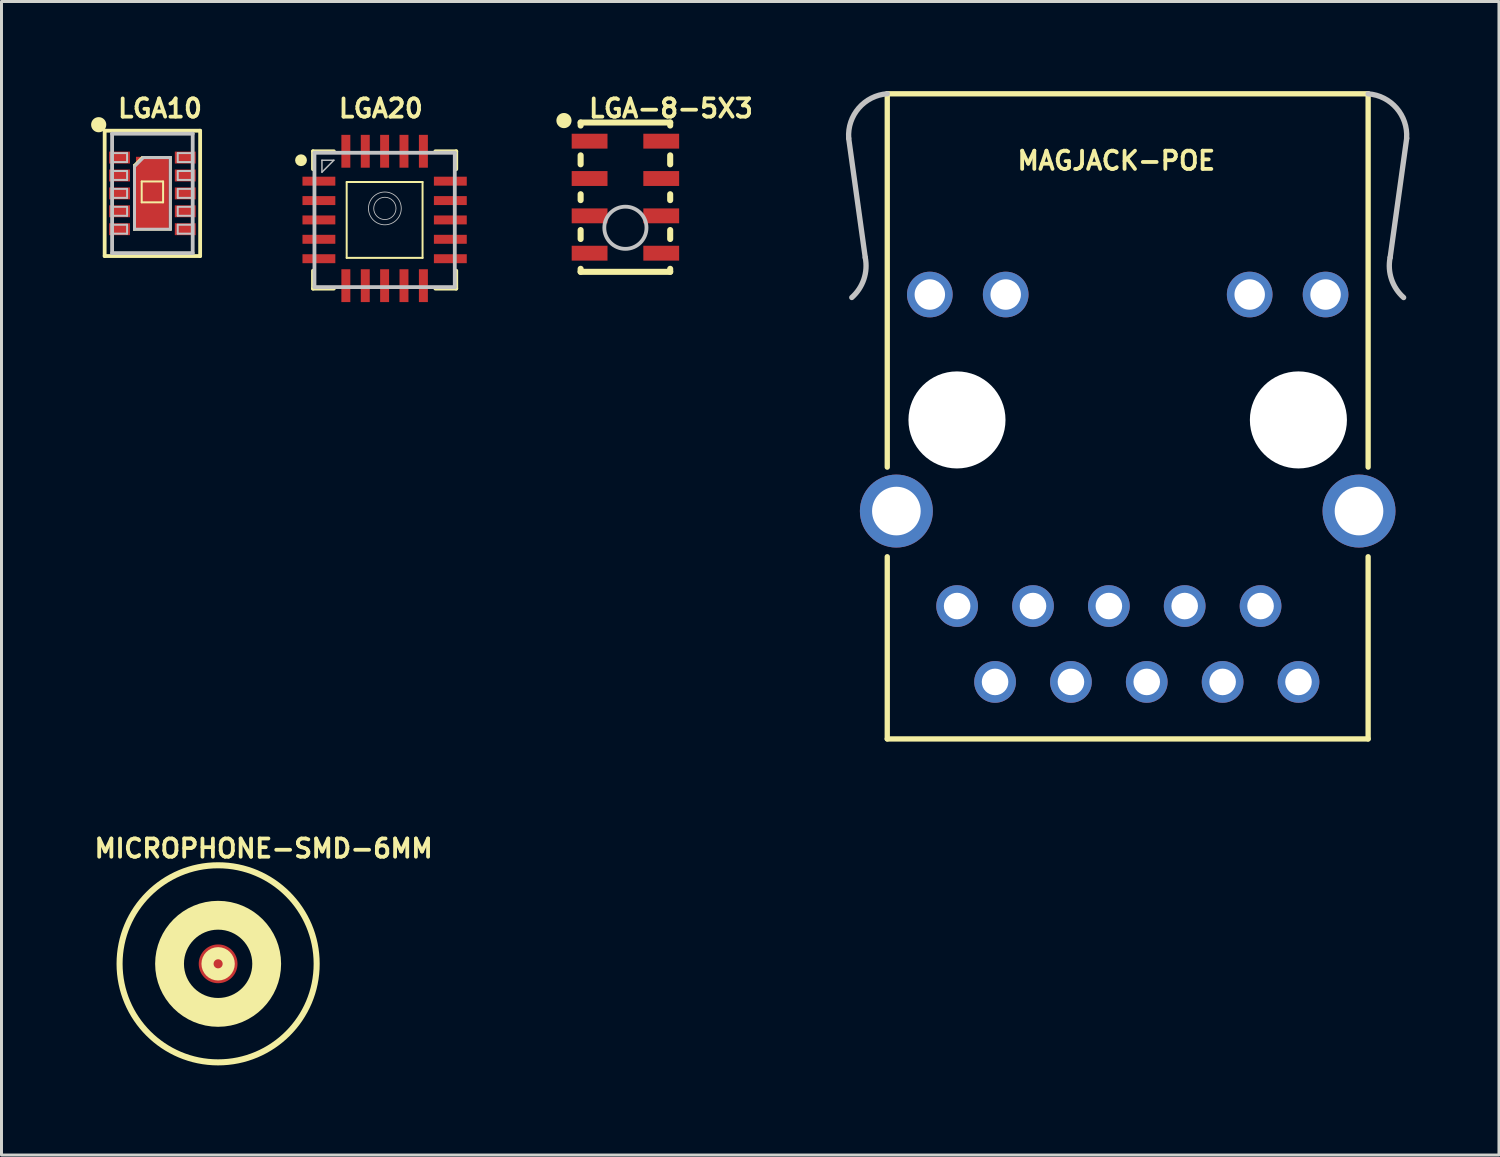
<source format=kicad_pcb>
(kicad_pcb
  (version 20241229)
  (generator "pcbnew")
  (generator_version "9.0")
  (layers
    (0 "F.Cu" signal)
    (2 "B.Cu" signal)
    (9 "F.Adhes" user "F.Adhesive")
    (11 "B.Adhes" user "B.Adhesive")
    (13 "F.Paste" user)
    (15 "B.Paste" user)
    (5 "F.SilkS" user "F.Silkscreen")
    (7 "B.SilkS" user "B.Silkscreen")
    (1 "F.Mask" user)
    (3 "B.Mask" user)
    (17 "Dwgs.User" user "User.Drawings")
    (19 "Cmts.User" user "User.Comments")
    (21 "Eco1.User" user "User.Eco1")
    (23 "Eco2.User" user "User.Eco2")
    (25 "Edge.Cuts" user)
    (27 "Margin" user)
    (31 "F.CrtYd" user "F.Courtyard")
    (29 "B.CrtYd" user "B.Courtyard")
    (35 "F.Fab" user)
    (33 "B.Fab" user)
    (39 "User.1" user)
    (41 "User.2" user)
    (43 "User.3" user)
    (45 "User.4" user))
  (footprint "MICROPHONE-SMD-6MM"
    (layer "F.Cu")
    (at 4.252 29.216)
    (property "Reference" "MICROPHONE-SMD-6MM" (at 1.524 -3.861 0) (layer "F.SilkS") (effects (font (size 0.61 0.61) (thickness 0.127))))
    (attr smd)
    (fp_circle (center 0 0) (end 0 -1.623) (stroke (width 0.749) (type solid)) (fill no) (layer "B.Cu"))
    (fp_circle (center 0 0) (end 0 -3.299) (stroke (width 0.203) (type solid)) (fill no) (layer "F.SilkS"))
    (fp_circle (center 0 0) (end 0 -1.631) (stroke (width 0.305) (type solid)) (fill no) (layer "F.SilkS"))
    (fp_circle (center 0 0) (end 0 -1.626) (stroke (width 0.965) (type solid)) (fill no) (layer "F.SilkS"))
    (fp_circle (center 0 0) (end 0 -0.152) (stroke (width 0.406) (type solid)) (fill no) (layer "F.SilkS"))
    (pad "1" smd circle (at 0 0) (size 1.298 1.298) (layers "F.Cu" "F.Mask" "F.Paste"))
    (pad "2" smd circle (at 0.003 -1.626) (size 0.749 0.749) (layers "F.Cu" "F.Mask" "F.Paste")))
  (footprint "MAGJACK-POE"
    (layer "F.Cu")
    (at 34.702 10.889)
    (property "Reference" "MAGJACK-POE" (at -0.381 -8.56 0) (layer "F.SilkS") (effects (font (size 0.61 0.61) (thickness 0.127))))
    (attr exclude_from_pos_files exclude_from_bom)
    (fp_line (start -8.049 -10.798) (end 8.049 -10.798) (stroke (width 0.178) (type solid)) (layer "F.SilkS"))
    (fp_line (start -8.049 1.699) (end -8.049 -10.798) (stroke (width 0.178) (type solid)) (layer "F.SilkS"))
    (fp_line (start -8.049 10.798) (end -8.049 4.699) (stroke (width 0.178) (type solid)) (layer "F.SilkS"))
    (fp_line (start 8.049 -10.798) (end 8.049 1.699) (stroke (width 0.178) (type solid)) (layer "F.SilkS"))
    (fp_line (start 8.049 10.798) (end -8.049 10.798) (stroke (width 0.178) (type solid)) (layer "F.SilkS"))
    (fp_line (start 8.049 10.798) (end 8.049 4.699) (stroke (width 0.178) (type solid)) (layer "F.SilkS"))
    (fp_line (start -8.786 -5.319) (end -9.34 -9.309) (stroke (width 0.178) (type solid)) (layer "Dwgs.User"))
    (fp_line (start 8.786 -5.319) (end 9.34 -9.309) (stroke (width 0.178) (type solid)) (layer "Dwgs.User"))
    (fp_arc (start -9.33958 -9.3091) (mid -9.002739 -10.32143) (end -8.049149 -10.799905) (stroke (width 0.1778) (type solid)) (layer "Dwgs.User"))
    (fp_arc (start -8.78586 -5.31876) (mid -8.832722 -4.589228) (end -9.236478 -3.979806) (stroke (width 0.1778) (type solid)) (layer "Dwgs.User"))
    (fp_arc (start 8.04926 -10.79754) (mid 9.001147 -10.319678) (end 9.337215 -9.308985) (stroke (width 0.1778) (type solid)) (layer "Dwgs.User"))
    (fp_arc (start 9.23798 -3.97764) (mid 8.832947 -4.586602) (end 8.784748 -5.316371) (stroke (width 0.1778) (type solid)) (layer "Dwgs.User"))
    (pad "" np_thru_hole circle (at -5.715 0.119) (size 3.249 3.249) (drill 3.249) (layers "*.Cu" "*.Mask"))
    (pad "" np_thru_hole circle (at 5.715 0.119) (size 3.249 3.249) (drill 3.249) (layers "*.Cu" "*.Mask"))
    (pad "1" thru_hole circle (at 5.718 8.89) (size 1.397 1.397) (drill 0.889) (layers "*.Cu" "*.Paste" "*.Mask"))
    (pad "2" thru_hole circle (at 4.448 6.35) (size 1.397 1.397) (drill 0.889) (layers "*.Cu" "*.Paste" "*.Mask"))
    (pad "3" thru_hole circle (at 3.178 8.89) (size 1.397 1.397) (drill 0.889) (layers "*.Cu" "*.Paste" "*.Mask"))
    (pad "4" thru_hole circle (at 1.908 6.35) (size 1.397 1.397) (drill 0.889) (layers "*.Cu" "*.Paste" "*.Mask"))
    (pad "5" thru_hole circle (at 0.638 8.89) (size 1.397 1.397) (drill 0.889) (layers "*.Cu" "*.Paste" "*.Mask"))
    (pad "6" thru_hole circle (at -0.63 6.35) (size 1.397 1.397) (drill 0.889) (layers "*.Cu" "*.Paste" "*.Mask"))
    (pad "7" thru_hole circle (at -1.9 8.89) (size 1.397 1.397) (drill 0.889) (layers "*.Cu" "*.Paste" "*.Mask"))
    (pad "8" thru_hole circle (at -3.17 6.35) (size 1.397 1.397) (drill 0.889) (layers "*.Cu" "*.Paste" "*.Mask"))
    (pad "9" thru_hole circle (at -4.44 8.89) (size 1.397 1.397) (drill 0.889) (layers "*.Cu" "*.Paste" "*.Mask"))
    (pad "10" thru_hole circle (at -5.71 6.35) (size 1.397 1.397) (drill 0.889) (layers "*.Cu" "*.Paste" "*.Mask"))
    (pad "11" thru_hole circle (at 6.624 -4.079) (size 1.529 1.529) (drill 1.019) (layers "*.Cu" "*.Paste" "*.Mask"))
    (pad "12" thru_hole circle (at 4.084 -4.079) (size 1.529 1.529) (drill 1.019) (layers "*.Cu" "*.Paste" "*.Mask"))
    (pad "13" thru_hole circle (at -4.084 -4.079) (size 1.529 1.529) (drill 1.019) (layers "*.Cu" "*.Paste" "*.Mask"))
    (pad "14" thru_hole circle (at -6.624 -4.079) (size 1.529 1.529) (drill 1.019) (layers "*.Cu" "*.Paste" "*.Mask"))
    (pad "GND0" thru_hole circle (at -7.744 3.17) (size 2.443 2.443) (drill 1.628) (layers "*.Cu" "*.Paste" "*.Mask"))
    (pad "GND1" thru_hole circle (at 7.744 3.17) (size 2.443 2.443) (drill 1.628) (layers "*.Cu" "*.Paste" "*.Mask")))
  (footprint "LGA-8-5X3"
    (layer "F.Cu")
    (at 17.887 3.551)
    (property "Reference" "LGA-8-5X3" (at 1.524 -2.972 0) (layer "F.SilkS") (effects (font (size 0.61 0.61) (thickness 0.127))))
    (attr smd)
    (fp_line (start -1.499 -2.499) (end -1.499 -2.398) (stroke (width 0.203) (type solid)) (layer "F.SilkS"))
    (fp_line (start -1.499 -1.1) (end -1.499 -1.4) (stroke (width 0.203) (type solid)) (layer "F.SilkS"))
    (fp_line (start -1.499 0.099) (end -1.499 -0.099) (stroke (width 0.203) (type solid)) (layer "F.SilkS"))
    (fp_line (start -1.499 1.4) (end -1.499 1.1) (stroke (width 0.203) (type solid)) (layer "F.SilkS"))
    (fp_line (start -1.499 2.398) (end -1.499 2.499) (stroke (width 0.203) (type solid)) (layer "F.SilkS"))
    (fp_line (start -1.499 2.499) (end 1.499 2.499) (stroke (width 0.203) (type solid)) (layer "F.SilkS"))
    (fp_line (start 1.499 -2.499) (end -1.499 -2.499) (stroke (width 0.203) (type solid)) (layer "F.SilkS"))
    (fp_line (start 1.499 -2.499) (end 1.499 -2.398) (stroke (width 0.203) (type solid)) (layer "F.SilkS"))
    (fp_line (start 1.499 -1.1) (end 1.499 -1.4) (stroke (width 0.203) (type solid)) (layer "F.SilkS"))
    (fp_line (start 1.499 0.099) (end 1.499 -0.099) (stroke (width 0.203) (type solid)) (layer "F.SilkS"))
    (fp_line (start 1.499 1.4) (end 1.499 1.1) (stroke (width 0.203) (type solid)) (layer "F.SilkS"))
    (fp_line (start 1.499 2.398) (end 1.499 2.499) (stroke (width 0.203) (type solid)) (layer "F.SilkS"))
    (fp_circle (center -2.057 -2.565) (end -2.057 -2.819) (stroke (width 0) (type solid)) (fill yes) (layer "F.SilkS"))
    (fp_circle (center 0 1.024) (end 0 0.318) (stroke (width 0.127) (type solid)) (fill no) (layer "Dwgs.User"))
    (pad "1" smd rect (at -1.199 -1.875) (size 1.199 0.498) (layers "F.Cu" "F.Mask" "F.Paste"))
    (pad "2" smd rect (at -1.199 -0.625) (size 1.199 0.498) (layers "F.Cu" "F.Mask" "F.Paste"))
    (pad "3" smd rect (at -1.199 0.625) (size 1.199 0.498) (layers "F.Cu" "F.Mask" "F.Paste"))
    (pad "4" smd rect (at -1.199 1.875) (size 1.199 0.498) (layers "F.Cu" "F.Mask" "F.Paste"))
    (pad "5" smd rect (at 1.199 1.875) (size 1.199 0.498) (layers "F.Cu" "F.Mask" "F.Paste"))
    (pad "6" smd rect (at 1.199 0.625) (size 1.199 0.498) (layers "F.Cu" "F.Mask" "F.Paste"))
    (pad "7" smd rect (at 1.199 -0.625) (size 1.199 0.498) (layers "F.Cu" "F.Mask" "F.Paste"))
    (pad "8" smd rect (at 1.199 -1.875) (size 1.199 0.498) (layers "F.Cu" "F.Mask" "F.Paste")))
  (footprint "LGA20"
    (layer "F.Cu")
    (at 9.826 4.313)
    (property "Reference" "LGA20" (at -0.127 -3.734 0) (layer "F.SilkS") (effects (font (size 0.61 0.61) (thickness 0.127))))
    (attr smd)
    (fp_line (start -2.398 -2.299) (end -1.699 -2.299) (stroke (width 0.127) (type solid)) (layer "F.SilkS"))
    (fp_line (start -2.398 -1.699) (end -2.398 -2.299) (stroke (width 0.127) (type solid)) (layer "F.SilkS"))
    (fp_line (start -2.398 2.299) (end -2.398 1.699) (stroke (width 0.127) (type solid)) (layer "F.SilkS"))
    (fp_line (start -2.398 2.299) (end -1.699 2.299) (stroke (width 0.127) (type solid)) (layer "F.SilkS"))
    (fp_line (start -1.27 -1.27) (end 1.27 -1.27) (stroke (width 0.066) (type solid)) (layer "F.SilkS"))
    (fp_line (start -1.27 1.27) (end -1.27 -1.27) (stroke (width 0.066) (type solid)) (layer "F.SilkS"))
    (fp_line (start -1.27 1.27) (end 1.27 1.27) (stroke (width 0.066) (type solid)) (layer "F.SilkS"))
    (fp_line (start 1.27 1.27) (end 1.27 -1.27) (stroke (width 0.066) (type solid)) (layer "F.SilkS"))
    (fp_line (start 1.699 -2.299) (end 2.398 -2.299) (stroke (width 0.127) (type solid)) (layer "F.SilkS"))
    (fp_line (start 1.699 2.299) (end 2.398 2.299) (stroke (width 0.127) (type solid)) (layer "F.SilkS"))
    (fp_line (start 2.398 -1.699) (end 2.398 -2.299) (stroke (width 0.127) (type solid)) (layer "F.SilkS"))
    (fp_line (start 2.398 2.299) (end 2.398 1.699) (stroke (width 0.127) (type solid)) (layer "F.SilkS"))
    (fp_circle (center -2.799 -1.999) (end -2.799 -2.098) (stroke (width 0.198) (type solid)) (fill no) (layer "F.SilkS"))
    (fp_line (start -2.349 -2.248) (end 2.349 -2.248) (stroke (width 0.127) (type solid)) (layer "Dwgs.User"))
    (fp_line (start -2.349 2.248) (end -2.349 -2.248) (stroke (width 0.127) (type solid)) (layer "Dwgs.User"))
    (fp_line (start -2.098 -1.999) (end -1.699 -1.999) (stroke (width 0.048) (type solid)) (layer "Dwgs.User"))
    (fp_line (start -2.098 -1.598) (end -2.098 -1.999) (stroke (width 0.048) (type solid)) (layer "Dwgs.User"))
    (fp_line (start -1.699 -1.999) (end -2.098 -1.598) (stroke (width 0.048) (type solid)) (layer "Dwgs.User"))
    (fp_line (start 2.349 -2.248) (end 2.349 2.248) (stroke (width 0.127) (type solid)) (layer "Dwgs.User"))
    (fp_line (start 2.349 2.248) (end -2.349 2.248) (stroke (width 0.127) (type solid)) (layer "Dwgs.User"))
    (fp_circle (center 0.008 -0.386) (end 0.008 -0.935) (stroke (width 0.028) (type solid)) (fill no) (layer "Dwgs.User"))
    (fp_circle (center 0.008 -0.386) (end 0.008 -0.759) (stroke (width 0.028) (type solid)) (fill no) (layer "Dwgs.User"))
    (pad "1" smd rect (at -2.2 -1.298 90) (size 0.3 1.1) (layers "F.Cu" "F.Mask" "F.Paste"))
    (pad "2" smd rect (at -2.2 -0.648 90) (size 0.3 1.1) (layers "F.Cu" "F.Mask" "F.Paste"))
    (pad "3" smd rect (at -2.2 0 90) (size 0.3 1.1) (layers "F.Cu" "F.Mask" "F.Paste"))
    (pad "4" smd rect (at -2.2 0.648 90) (size 0.3 1.1) (layers "F.Cu" "F.Mask" "F.Paste"))
    (pad "5" smd rect (at -2.2 1.298 90) (size 0.3 1.1) (layers "F.Cu" "F.Mask" "F.Paste"))
    (pad "6" smd rect (at -1.298 2.2 180) (size 0.3 1.1) (layers "F.Cu" "F.Mask" "F.Paste"))
    (pad "7" smd rect (at -0.648 2.2 180) (size 0.3 1.1) (layers "F.Cu" "F.Mask" "F.Paste"))
    (pad "8" smd rect (at 0 2.2 180) (size 0.3 1.1) (layers "F.Cu" "F.Mask" "F.Paste"))
    (pad "9" smd rect (at 0.648 2.2 180) (size 0.3 1.1) (layers "F.Cu" "F.Mask" "F.Paste"))
    (pad "10" smd rect (at 1.298 2.2 180) (size 0.3 1.1) (layers "F.Cu" "F.Mask" "F.Paste"))
    (pad "11" smd rect (at 2.2 1.298 270) (size 0.3 1.1) (layers "F.Cu" "F.Mask" "F.Paste"))
    (pad "12" smd rect (at 2.2 0.648 270) (size 0.3 1.1) (layers "F.Cu" "F.Mask" "F.Paste"))
    (pad "13" smd rect (at 2.2 0 270) (size 0.3 1.1) (layers "F.Cu" "F.Mask" "F.Paste"))
    (pad "14" smd rect (at 2.2 -0.648 270) (size 0.3 1.1) (layers "F.Cu" "F.Mask" "F.Paste"))
    (pad "15" smd rect (at 2.2 -1.298 270) (size 0.3 1.1) (layers "F.Cu" "F.Mask" "F.Paste"))
    (pad "16" smd rect (at 1.298 -2.299) (size 0.3 1.1) (layers "F.Cu" "F.Mask" "F.Paste"))
    (pad "17" smd rect (at 0.648 -2.299) (size 0.3 1.1) (layers "F.Cu" "F.Mask" "F.Paste"))
    (pad "18" smd rect (at 0 -2.299) (size 0.3 1.1) (layers "F.Cu" "F.Mask" "F.Paste"))
    (pad "19" smd rect (at -0.648 -2.299) (size 0.3 1.1) (layers "F.Cu" "F.Mask" "F.Paste"))
    (pad "20" smd rect (at -1.298 -2.299) (size 0.3 1.1) (layers "F.Cu" "F.Mask" "F.Paste")))
  (footprint "LGA10"
    (layer "F.Cu")
    (at 2.052 3.424)
    (property "Reference" "LGA10" (at 0.254 -2.845 0) (layer "F.SilkS") (effects (font (size 0.61 0.61) (thickness 0.127))))
    (attr smd)
    (fp_line (start -1.598 -2.098) (end -1.598 2.098) (stroke (width 0.127) (type solid)) (layer "F.SilkS"))
    (fp_line (start -1.598 2.098) (end 1.598 2.098) (stroke (width 0.127) (type solid)) (layer "F.SilkS"))
    (fp_line (start -0.625 -0.95) (end -0.348 -1.224) (stroke (width 0.048) (type solid)) (layer "F.SilkS"))
    (fp_line (start -0.625 1.224) (end -0.625 -0.95) (stroke (width 0.048) (type solid)) (layer "F.SilkS"))
    (fp_line (start -0.358 -0.399) (end 0.358 -0.399) (stroke (width 0.066) (type solid)) (layer "F.SilkS"))
    (fp_line (start -0.358 0.3) (end -0.358 -0.399) (stroke (width 0.066) (type solid)) (layer "F.SilkS"))
    (fp_line (start -0.358 0.3) (end 0.358 0.3) (stroke (width 0.066) (type solid)) (layer "F.SilkS"))
    (fp_line (start -0.348 -1.224) (end 0.625 -1.224) (stroke (width 0.048) (type solid)) (layer "F.SilkS"))
    (fp_line (start 0.358 0.3) (end 0.358 -0.399) (stroke (width 0.066) (type solid)) (layer "F.SilkS"))
    (fp_line (start 0.625 -1.224) (end 0.625 1.224) (stroke (width 0.048) (type solid)) (layer "F.SilkS"))
    (fp_line (start 0.625 1.224) (end -0.625 1.224) (stroke (width 0.048) (type solid)) (layer "F.SilkS"))
    (fp_line (start 1.598 -2.098) (end -1.598 -2.098) (stroke (width 0.127) (type solid)) (layer "F.SilkS"))
    (fp_line (start 1.598 2.098) (end 1.598 -2.098) (stroke (width 0.127) (type solid)) (layer "F.SilkS"))
    (fp_circle (center -1.798 -2.299) (end -1.798 -2.553) (stroke (width 0) (type solid)) (fill yes) (layer "F.SilkS"))
    (fp_line (start -1.349 -1.999) (end -1.349 1.999) (stroke (width 0.127) (type solid)) (layer "Dwgs.User"))
    (fp_line (start -1.349 -1.349) (end -0.848 -1.349) (stroke (width 0.066) (type solid)) (layer "Dwgs.User"))
    (fp_line (start -1.349 -1.049) (end -1.349 -1.349) (stroke (width 0.066) (type solid)) (layer "Dwgs.User"))
    (fp_line (start -1.349 -1.049) (end -0.848 -1.049) (stroke (width 0.066) (type solid)) (layer "Dwgs.User"))
    (fp_line (start -1.349 -0.749) (end -0.848 -0.749) (stroke (width 0.066) (type solid)) (layer "Dwgs.User"))
    (fp_line (start -1.349 -0.45) (end -1.349 -0.749) (stroke (width 0.066) (type solid)) (layer "Dwgs.User"))
    (fp_line (start -1.349 -0.45) (end -0.848 -0.45) (stroke (width 0.066) (type solid)) (layer "Dwgs.User"))
    (fp_line (start -1.349 -0.15) (end -0.848 -0.15) (stroke (width 0.066) (type solid)) (layer "Dwgs.User"))
    (fp_line (start -1.349 0.15) (end -1.349 -0.15) (stroke (width 0.066) (type solid)) (layer "Dwgs.User"))
    (fp_line (start -1.349 0.15) (end -0.848 0.15) (stroke (width 0.066) (type solid)) (layer "Dwgs.User"))
    (fp_line (start -1.349 0.45) (end -0.848 0.45) (stroke (width 0.066) (type solid)) (layer "Dwgs.User"))
    (fp_line (start -1.349 0.749) (end -1.349 0.45) (stroke (width 0.066) (type solid)) (layer "Dwgs.User"))
    (fp_line (start -1.349 0.749) (end -0.848 0.749) (stroke (width 0.066) (type solid)) (layer "Dwgs.User"))
    (fp_line (start -1.349 1.049) (end -0.848 1.049) (stroke (width 0.066) (type solid)) (layer "Dwgs.User"))
    (fp_line (start -1.349 1.349) (end -1.349 1.049) (stroke (width 0.066) (type solid)) (layer "Dwgs.User"))
    (fp_line (start -1.349 1.349) (end -0.848 1.349) (stroke (width 0.066) (type solid)) (layer "Dwgs.User"))
    (fp_line (start -1.349 1.999) (end 1.349 1.999) (stroke (width 0.127) (type solid)) (layer "Dwgs.User"))
    (fp_line (start -0.848 -1.049) (end -0.848 -1.349) (stroke (width 0.066) (type solid)) (layer "Dwgs.User"))
    (fp_line (start -0.848 -0.45) (end -0.848 -0.749) (stroke (width 0.066) (type solid)) (layer "Dwgs.User"))
    (fp_line (start -0.848 0.15) (end -0.848 -0.15) (stroke (width 0.066) (type solid)) (layer "Dwgs.User"))
    (fp_line (start -0.848 0.749) (end -0.848 0.45) (stroke (width 0.066) (type solid)) (layer "Dwgs.User"))
    (fp_line (start -0.848 1.349) (end -0.848 1.049) (stroke (width 0.066) (type solid)) (layer "Dwgs.User"))
    (fp_line (start -0.599 -0.899) (end -0.3 -1.199) (stroke (width 0.1) (type solid)) (layer "Dwgs.User"))
    (fp_line (start -0.599 1.199) (end -0.599 -0.899) (stroke (width 0.1) (type solid)) (layer "Dwgs.User"))
    (fp_line (start -0.3 -1.199) (end 0.599 -1.199) (stroke (width 0.1) (type solid)) (layer "Dwgs.User"))
    (fp_line (start 0.599 -1.199) (end 0.599 1.199) (stroke (width 0.1) (type solid)) (layer "Dwgs.User"))
    (fp_line (start 0.599 1.199) (end -0.599 1.199) (stroke (width 0.1) (type solid)) (layer "Dwgs.User"))
    (fp_line (start 0.848 -1.349) (end 1.349 -1.349) (stroke (width 0.066) (type solid)) (layer "Dwgs.User"))
    (fp_line (start 0.848 -1.049) (end 0.848 -1.349) (stroke (width 0.066) (type solid)) (layer "Dwgs.User"))
    (fp_line (start 0.848 -1.049) (end 1.349 -1.049) (stroke (width 0.066) (type solid)) (layer "Dwgs.User"))
    (fp_line (start 0.848 -0.749) (end 1.349 -0.749) (stroke (width 0.066) (type solid)) (layer "Dwgs.User"))
    (fp_line (start 0.848 -0.45) (end 0.848 -0.749) (stroke (width 0.066) (type solid)) (layer "Dwgs.User"))
    (fp_line (start 0.848 -0.45) (end 1.349 -0.45) (stroke (width 0.066) (type solid)) (layer "Dwgs.User"))
    (fp_line (start 0.848 -0.15) (end 1.349 -0.15) (stroke (width 0.066) (type solid)) (layer "Dwgs.User"))
    (fp_line (start 0.848 0.15) (end 0.848 -0.15) (stroke (width 0.066) (type solid)) (layer "Dwgs.User"))
    (fp_line (start 0.848 0.15) (end 1.349 0.15) (stroke (width 0.066) (type solid)) (layer "Dwgs.User"))
    (fp_line (start 0.848 0.45) (end 1.349 0.45) (stroke (width 0.066) (type solid)) (layer "Dwgs.User"))
    (fp_line (start 0.848 0.749) (end 0.848 0.45) (stroke (width 0.066) (type solid)) (layer "Dwgs.User"))
    (fp_line (start 0.848 0.749) (end 1.349 0.749) (stroke (width 0.066) (type solid)) (layer "Dwgs.User"))
    (fp_line (start 0.848 1.049) (end 1.349 1.049) (stroke (width 0.066) (type solid)) (layer "Dwgs.User"))
    (fp_line (start 0.848 1.349) (end 0.848 1.049) (stroke (width 0.066) (type solid)) (layer "Dwgs.User"))
    (fp_line (start 0.848 1.349) (end 1.349 1.349) (stroke (width 0.066) (type solid)) (layer "Dwgs.User"))
    (fp_line (start 1.349 -1.999) (end -1.349 -1.999) (stroke (width 0.127) (type solid)) (layer "Dwgs.User"))
    (fp_line (start 1.349 -1.049) (end 1.349 -1.349) (stroke (width 0.066) (type solid)) (layer "Dwgs.User"))
    (fp_line (start 1.349 -0.45) (end 1.349 -0.749) (stroke (width 0.066) (type solid)) (layer "Dwgs.User"))
    (fp_line (start 1.349 0.15) (end 1.349 -0.15) (stroke (width 0.066) (type solid)) (layer "Dwgs.User"))
    (fp_line (start 1.349 0.749) (end 1.349 0.45) (stroke (width 0.066) (type solid)) (layer "Dwgs.User"))
    (fp_line (start 1.349 1.349) (end 1.349 1.049) (stroke (width 0.066) (type solid)) (layer "Dwgs.User"))
    (fp_line (start 1.349 1.999) (end 1.349 -1.999) (stroke (width 0.127) (type solid)) (layer "Dwgs.User"))
    (pad "1" smd rect (at -1.1 -1.199) (size 0.699 0.399) (layers "F.Cu" "F.Mask" "F.Paste"))
    (pad "2" smd rect (at -1.1 -0.599) (size 0.699 0.399) (layers "F.Cu" "F.Mask" "F.Paste"))
    (pad "3" smd rect (at -1.1 0) (size 0.699 0.399) (layers "F.Cu" "F.Mask" "F.Paste"))
    (pad "4" smd rect (at -1.1 0.599) (size 0.699 0.399) (layers "F.Cu" "F.Mask" "F.Paste"))
    (pad "5" smd rect (at -1.1 1.199) (size 0.699 0.399) (layers "F.Cu" "F.Mask" "F.Paste"))
    (pad "6" smd rect (at 1.1 1.199 180) (size 0.699 0.399) (layers "F.Cu" "F.Mask" "F.Paste"))
    (pad "7" smd rect (at 1.1 0.599 180) (size 0.699 0.399) (layers "F.Cu" "F.Mask" "F.Paste"))
    (pad "8" smd rect (at 1.1 0 180) (size 0.699 0.399) (layers "F.Cu" "F.Mask" "F.Paste"))
    (pad "9" smd rect (at 1.1 -0.599 180) (size 0.699 0.399) (layers "F.Cu" "F.Mask" "F.Paste"))
    (pad "10" smd rect (at 1.1 -1.199 180) (size 0.699 0.399) (layers "F.Cu" "F.Mask" "F.Paste"))
    (pad "EP" smd rect (at 0 0) (size 1.1 2.449) (layers "F.Cu" "F.Mask" "F.Paste")))
  (gr_rect
    (start -3 -3)
    (end 47.131 35.617)
    (stroke (width 0.1) (type default))
    (fill no)
    (layer "Edge.Cuts")))
</source>
